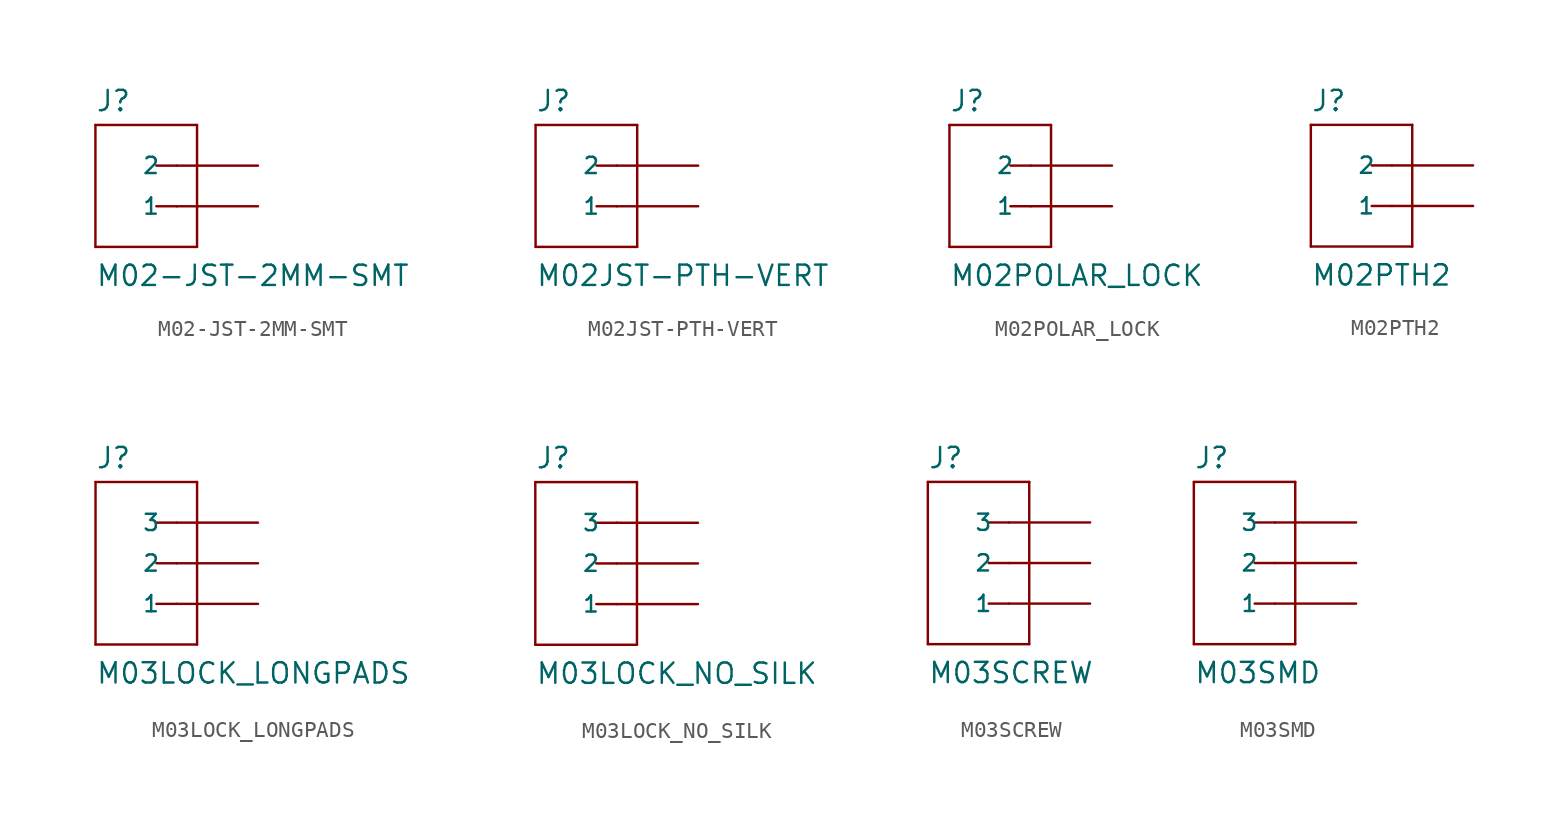
<source format=kicad_sym>
(kicad_symbol_lib
  (version 20211014)
  (generator kicad_symbol_editor)
  (symbol "M02-JST-2MM-SMT"
    (pin_numbers hide)
    (pin_names
      (offset 1.016))
    (property "Reference" "J"
      (at -2.54 5.842 0)
      (effects (font (size 1.27 1.27)) (justify left bottom)))
    (property "Value" "M02-JST-2MM-SMT"
      (at -2.54 -5.08 0)
      (effects (font (size 1.27 1.27)) (justify left bottom)))
    (property "Datasheet" ""
      (at 0 0 0)
      (effects (font (size 1.524 1.524))))
    (property "ki_locked" ""
      (at 0 0 0)
      (effects (font (size 1.27 1.27))))
    (symbol "M02-JST-2MM-SMT_1_0"
      (polyline (pts (xy -2.54 5.08) (xy -2.54 -2.54)) (stroke (width 0) (type default) (color 0 0 0 0)) (fill (type none)))
      (polyline (pts (xy -2.54 5.08) (xy 3.81 5.08)) (stroke (width 0) (type default) (color 0 0 0 0)) (fill (type none)))
      (polyline (pts (xy 1.27 0) (xy 2.54 0)) (stroke (width 0) (type default) (color 0 0 0 0)) (fill (type none)))
      (polyline (pts (xy 1.27 2.54) (xy 2.54 2.54)) (stroke (width 0) (type default) (color 0 0 0 0)) (fill (type none)))
      (polyline (pts (xy 3.81 -2.54) (xy -2.54 -2.54)) (stroke (width 0) (type default) (color 0 0 0 0)) (fill (type none)))
      (polyline (pts (xy 3.81 -2.54) (xy 3.81 5.08)) (stroke (width 0) (type default) (color 0 0 0 0)) (fill (type none))))
    (symbol "M02-JST-2MM-SMT_1_1"
      (pin passive line (at 7.62 2.54 180) (length 5.08) (name "2" (effects (font (size 1.016 1.016)))) (number "1" (effects (font (size 1.016 1.016)))))
      (pin passive line (at 7.62 0 180) (length 5.08) (name "1" (effects (font (size 1.016 1.016)))) (number "2" (effects (font (size 1.016 1.016)))))))
  (symbol "M02JST-PTH-VERT"
    (pin_numbers hide)
    (pin_names
      (offset 1.016))
    (property "Reference" "J"
      (at -2.54 5.842 0)
      (effects (font (size 1.27 1.27)) (justify left bottom)))
    (property "Value" "M02JST-PTH-VERT"
      (at -2.54 -5.08 0)
      (effects (font (size 1.27 1.27)) (justify left bottom)))
    (property "Datasheet" ""
      (at 0 0 0)
      (effects (font (size 1.524 1.524))))
    (property "ki_locked" ""
      (at 0 0 0)
      (effects (font (size 1.27 1.27))))
    (symbol "M02JST-PTH-VERT_1_0"
      (polyline (pts (xy -2.54 5.08) (xy -2.54 -2.54)) (stroke (width 0) (type default) (color 0 0 0 0)) (fill (type none)))
      (polyline (pts (xy -2.54 5.08) (xy 3.81 5.08)) (stroke (width 0) (type default) (color 0 0 0 0)) (fill (type none)))
      (polyline (pts (xy 1.27 0) (xy 2.54 0)) (stroke (width 0) (type default) (color 0 0 0 0)) (fill (type none)))
      (polyline (pts (xy 1.27 2.54) (xy 2.54 2.54)) (stroke (width 0) (type default) (color 0 0 0 0)) (fill (type none)))
      (polyline (pts (xy 3.81 -2.54) (xy -2.54 -2.54)) (stroke (width 0) (type default) (color 0 0 0 0)) (fill (type none)))
      (polyline (pts (xy 3.81 -2.54) (xy 3.81 5.08)) (stroke (width 0) (type default) (color 0 0 0 0)) (fill (type none))))
    (symbol "M02JST-PTH-VERT_1_1"
      (pin passive line (at 7.62 0 180) (length 5.08) (name "1" (effects (font (size 1.016 1.016)))) (number "1" (effects (font (size 1.016 1.016)))))
      (pin passive line (at 7.62 2.54 180) (length 5.08) (name "2" (effects (font (size 1.016 1.016)))) (number "2" (effects (font (size 1.016 1.016)))))))
  (symbol "M02POLAR_LOCK"
    (pin_numbers hide)
    (pin_names
      (offset 1.016))
    (property "Reference" "J"
      (at -2.54 5.842 0)
      (effects (font (size 1.27 1.27)) (justify left bottom)))
    (property "Value" "M02POLAR_LOCK"
      (at -2.54 -5.08 0)
      (effects (font (size 1.27 1.27)) (justify left bottom)))
    (property "Datasheet" ""
      (at 0 0 0)
      (effects (font (size 1.524 1.524))))
    (property "ki_locked" ""
      (at 0 0 0)
      (effects (font (size 1.27 1.27))))
    (symbol "M02POLAR_LOCK_1_0"
      (polyline (pts (xy -2.54 5.08) (xy -2.54 -2.54)) (stroke (width 0) (type default) (color 0 0 0 0)) (fill (type none)))
      (polyline (pts (xy -2.54 5.08) (xy 3.81 5.08)) (stroke (width 0) (type default) (color 0 0 0 0)) (fill (type none)))
      (polyline (pts (xy 1.27 0) (xy 2.54 0)) (stroke (width 0) (type default) (color 0 0 0 0)) (fill (type none)))
      (polyline (pts (xy 1.27 2.54) (xy 2.54 2.54)) (stroke (width 0) (type default) (color 0 0 0 0)) (fill (type none)))
      (polyline (pts (xy 3.81 -2.54) (xy -2.54 -2.54)) (stroke (width 0) (type default) (color 0 0 0 0)) (fill (type none)))
      (polyline (pts (xy 3.81 -2.54) (xy 3.81 5.08)) (stroke (width 0) (type default) (color 0 0 0 0)) (fill (type none))))
    (symbol "M02POLAR_LOCK_1_1"
      (pin passive line (at 7.62 0 180) (length 5.08) (name "1" (effects (font (size 1.016 1.016)))) (number "1" (effects (font (size 1.016 1.016)))))
      (pin passive line (at 7.62 2.54 180) (length 5.08) (name "2" (effects (font (size 1.016 1.016)))) (number "2" (effects (font (size 1.016 1.016)))))))
  (symbol "M02PTH2"
    (pin_numbers hide)
    (pin_names
      (offset 1.016))
    (property "Reference" "J"
      (at -2.54 5.842 0)
      (effects (font (size 1.27 1.27)) (justify left bottom)))
    (property "Value" "M02PTH2"
      (at -2.54 -5.08 0)
      (effects (font (size 1.27 1.27)) (justify left bottom)))
    (property "Datasheet" ""
      (at 0 0 0)
      (effects (font (size 1.524 1.524))))
    (property "ki_locked" ""
      (at 0 0 0)
      (effects (font (size 1.27 1.27))))
    (symbol "M02PTH2_1_0"
      (polyline (pts (xy -2.54 5.08) (xy -2.54 -2.54)) (stroke (width 0) (type default) (color 0 0 0 0)) (fill (type none)))
      (polyline (pts (xy -2.54 5.08) (xy 3.81 5.08)) (stroke (width 0) (type default) (color 0 0 0 0)) (fill (type none)))
      (polyline (pts (xy 1.27 0) (xy 2.54 0)) (stroke (width 0) (type default) (color 0 0 0 0)) (fill (type none)))
      (polyline (pts (xy 1.27 2.54) (xy 2.54 2.54)) (stroke (width 0) (type default) (color 0 0 0 0)) (fill (type none)))
      (polyline (pts (xy 3.81 -2.54) (xy -2.54 -2.54)) (stroke (width 0) (type default) (color 0 0 0 0)) (fill (type none)))
      (polyline (pts (xy 3.81 -2.54) (xy 3.81 5.08)) (stroke (width 0) (type default) (color 0 0 0 0)) (fill (type none))))
    (symbol "M02PTH2_1_1"
      (pin passive line (at 7.62 0 180) (length 5.08) (name "1" (effects (font (size 1.016 1.016)))) (number "P$1" (effects (font (size 1.016 1.016)))))
      (pin passive line (at 7.62 2.54 180) (length 5.08) (name "2" (effects (font (size 1.016 1.016)))) (number "P$2" (effects (font (size 1.016 1.016)))))))
  (symbol "M03LOCK_LONGPADS"
    (pin_numbers hide)
    (pin_names
      (offset 1.016))
    (property "Reference" "J"
      (at -2.54 5.842 0)
      (effects (font (size 1.27 1.27)) (justify left bottom)))
    (property "Value" "M03LOCK_LONGPADS"
      (at -2.54 -7.62 0)
      (effects (font (size 1.27 1.27)) (justify left bottom)))
    (property "Datasheet" ""
      (at 0 0 0)
      (effects (font (size 1.524 1.524))))
    (property "ki_locked" ""
      (at 0 0 0)
      (effects (font (size 1.27 1.27))))
    (symbol "M03LOCK_LONGPADS_1_0"
      (polyline (pts (xy -2.54 5.08) (xy -2.54 -5.08)) (stroke (width 0) (type default) (color 0 0 0 0)) (fill (type none)))
      (polyline (pts (xy -2.54 5.08) (xy 3.81 5.08)) (stroke (width 0) (type default) (color 0 0 0 0)) (fill (type none)))
      (polyline (pts (xy 1.27 -2.54) (xy 2.54 -2.54)) (stroke (width 0) (type default) (color 0 0 0 0)) (fill (type none)))
      (polyline (pts (xy 1.27 0) (xy 2.54 0)) (stroke (width 0) (type default) (color 0 0 0 0)) (fill (type none)))
      (polyline (pts (xy 1.27 2.54) (xy 2.54 2.54)) (stroke (width 0) (type default) (color 0 0 0 0)) (fill (type none)))
      (polyline (pts (xy 3.81 -5.08) (xy -2.54 -5.08)) (stroke (width 0) (type default) (color 0 0 0 0)) (fill (type none)))
      (polyline (pts (xy 3.81 -5.08) (xy 3.81 5.08)) (stroke (width 0) (type default) (color 0 0 0 0)) (fill (type none))))
    (symbol "M03LOCK_LONGPADS_1_1"
      (pin passive line (at 7.62 -2.54 180) (length 5.08) (name "1" (effects (font (size 1.016 1.016)))) (number "1" (effects (font (size 1.016 1.016)))))
      (pin passive line (at 7.62 0 180) (length 5.08) (name "2" (effects (font (size 1.016 1.016)))) (number "2" (effects (font (size 1.016 1.016)))))
      (pin passive line (at 7.62 2.54 180) (length 5.08) (name "3" (effects (font (size 1.016 1.016)))) (number "3" (effects (font (size 1.016 1.016)))))))
  (symbol "M03LOCK_NO_SILK"
    (pin_numbers hide)
    (pin_names
      (offset 1.016))
    (property "Reference" "J"
      (at -2.54 5.842 0)
      (effects (font (size 1.27 1.27)) (justify left bottom)))
    (property "Value" "M03LOCK_NO_SILK"
      (at -2.54 -7.62 0)
      (effects (font (size 1.27 1.27)) (justify left bottom)))
    (property "Datasheet" ""
      (at 0 0 0)
      (effects (font (size 1.524 1.524))))
    (property "ki_locked" ""
      (at 0 0 0)
      (effects (font (size 1.27 1.27))))
    (symbol "M03LOCK_NO_SILK_1_0"
      (polyline (pts (xy -2.54 5.08) (xy -2.54 -5.08)) (stroke (width 0) (type default) (color 0 0 0 0)) (fill (type none)))
      (polyline (pts (xy -2.54 5.08) (xy 3.81 5.08)) (stroke (width 0) (type default) (color 0 0 0 0)) (fill (type none)))
      (polyline (pts (xy 1.27 -2.54) (xy 2.54 -2.54)) (stroke (width 0) (type default) (color 0 0 0 0)) (fill (type none)))
      (polyline (pts (xy 1.27 0) (xy 2.54 0)) (stroke (width 0) (type default) (color 0 0 0 0)) (fill (type none)))
      (polyline (pts (xy 1.27 2.54) (xy 2.54 2.54)) (stroke (width 0) (type default) (color 0 0 0 0)) (fill (type none)))
      (polyline (pts (xy 3.81 -5.08) (xy -2.54 -5.08)) (stroke (width 0) (type default) (color 0 0 0 0)) (fill (type none)))
      (polyline (pts (xy 3.81 -5.08) (xy 3.81 5.08)) (stroke (width 0) (type default) (color 0 0 0 0)) (fill (type none))))
    (symbol "M03LOCK_NO_SILK_1_1"
      (pin passive line (at 7.62 -2.54 180) (length 5.08) (name "1" (effects (font (size 1.016 1.016)))) (number "1" (effects (font (size 1.016 1.016)))))
      (pin passive line (at 7.62 0 180) (length 5.08) (name "2" (effects (font (size 1.016 1.016)))) (number "2" (effects (font (size 1.016 1.016)))))
      (pin passive line (at 7.62 2.54 180) (length 5.08) (name "3" (effects (font (size 1.016 1.016)))) (number "3" (effects (font (size 1.016 1.016)))))))
  (symbol "M03SCREW"
    (pin_numbers hide)
    (pin_names
      (offset 1.016))
    (property "Reference" "J"
      (at -2.54 5.842 0)
      (effects (font (size 1.27 1.27)) (justify left bottom)))
    (property "Value" "M03SCREW"
      (at -2.54 -7.62 0)
      (effects (font (size 1.27 1.27)) (justify left bottom)))
    (property "Datasheet" ""
      (at 0 0 0)
      (effects (font (size 1.524 1.524))))
    (property "ki_locked" ""
      (at 0 0 0)
      (effects (font (size 1.27 1.27))))
    (symbol "M03SCREW_1_0"
      (polyline (pts (xy -2.54 5.08) (xy -2.54 -5.08)) (stroke (width 0) (type default) (color 0 0 0 0)) (fill (type none)))
      (polyline (pts (xy -2.54 5.08) (xy 3.81 5.08)) (stroke (width 0) (type default) (color 0 0 0 0)) (fill (type none)))
      (polyline (pts (xy 1.27 -2.54) (xy 2.54 -2.54)) (stroke (width 0) (type default) (color 0 0 0 0)) (fill (type none)))
      (polyline (pts (xy 1.27 0) (xy 2.54 0)) (stroke (width 0) (type default) (color 0 0 0 0)) (fill (type none)))
      (polyline (pts (xy 1.27 2.54) (xy 2.54 2.54)) (stroke (width 0) (type default) (color 0 0 0 0)) (fill (type none)))
      (polyline (pts (xy 3.81 -5.08) (xy -2.54 -5.08)) (stroke (width 0) (type default) (color 0 0 0 0)) (fill (type none)))
      (polyline (pts (xy 3.81 -5.08) (xy 3.81 5.08)) (stroke (width 0) (type default) (color 0 0 0 0)) (fill (type none))))
    (symbol "M03SCREW_1_1"
      (pin passive line (at 7.62 -2.54 180) (length 5.08) (name "1" (effects (font (size 1.016 1.016)))) (number "1" (effects (font (size 1.016 1.016)))))
      (pin passive line (at 7.62 0 180) (length 5.08) (name "2" (effects (font (size 1.016 1.016)))) (number "2" (effects (font (size 1.016 1.016)))))
      (pin passive line (at 7.62 2.54 180) (length 5.08) (name "3" (effects (font (size 1.016 1.016)))) (number "3" (effects (font (size 1.016 1.016)))))))
  (symbol "M03SMD"
    (pin_numbers hide)
    (pin_names
      (offset 1.016))
    (property "Reference" "J"
      (at -2.54 5.842 0)
      (effects (font (size 1.27 1.27)) (justify left bottom)))
    (property "Value" "M03SMD"
      (at -2.54 -7.62 0)
      (effects (font (size 1.27 1.27)) (justify left bottom)))
    (property "Datasheet" ""
      (at 0 0 0)
      (effects (font (size 1.524 1.524))))
    (property "ki_locked" ""
      (at 0 0 0)
      (effects (font (size 1.27 1.27))))
    (symbol "M03SMD_1_0"
      (polyline (pts (xy -2.54 5.08) (xy -2.54 -5.08)) (stroke (width 0) (type default) (color 0 0 0 0)) (fill (type none)))
      (polyline (pts (xy -2.54 5.08) (xy 3.81 5.08)) (stroke (width 0) (type default) (color 0 0 0 0)) (fill (type none)))
      (polyline (pts (xy 1.27 -2.54) (xy 2.54 -2.54)) (stroke (width 0) (type default) (color 0 0 0 0)) (fill (type none)))
      (polyline (pts (xy 1.27 0) (xy 2.54 0)) (stroke (width 0) (type default) (color 0 0 0 0)) (fill (type none)))
      (polyline (pts (xy 1.27 2.54) (xy 2.54 2.54)) (stroke (width 0) (type default) (color 0 0 0 0)) (fill (type none)))
      (polyline (pts (xy 3.81 -5.08) (xy -2.54 -5.08)) (stroke (width 0) (type default) (color 0 0 0 0)) (fill (type none)))
      (polyline (pts (xy 3.81 -5.08) (xy 3.81 5.08)) (stroke (width 0) (type default) (color 0 0 0 0)) (fill (type none))))
    (symbol "M03SMD_1_1"
      (pin passive line (at 7.62 -2.54 180) (length 5.08) (name "1" (effects (font (size 1.016 1.016)))) (number "1" (effects (font (size 1.016 1.016)))))
      (pin passive line (at 7.62 0 180) (length 5.08) (name "2" (effects (font (size 1.016 1.016)))) (number "2" (effects (font (size 1.016 1.016)))))
      (pin passive line (at 7.62 2.54 180) (length 5.08) (name "3" (effects (font (size 1.016 1.016)))) (number "3" (effects (font (size 1.016 1.016))))))))
</source>
